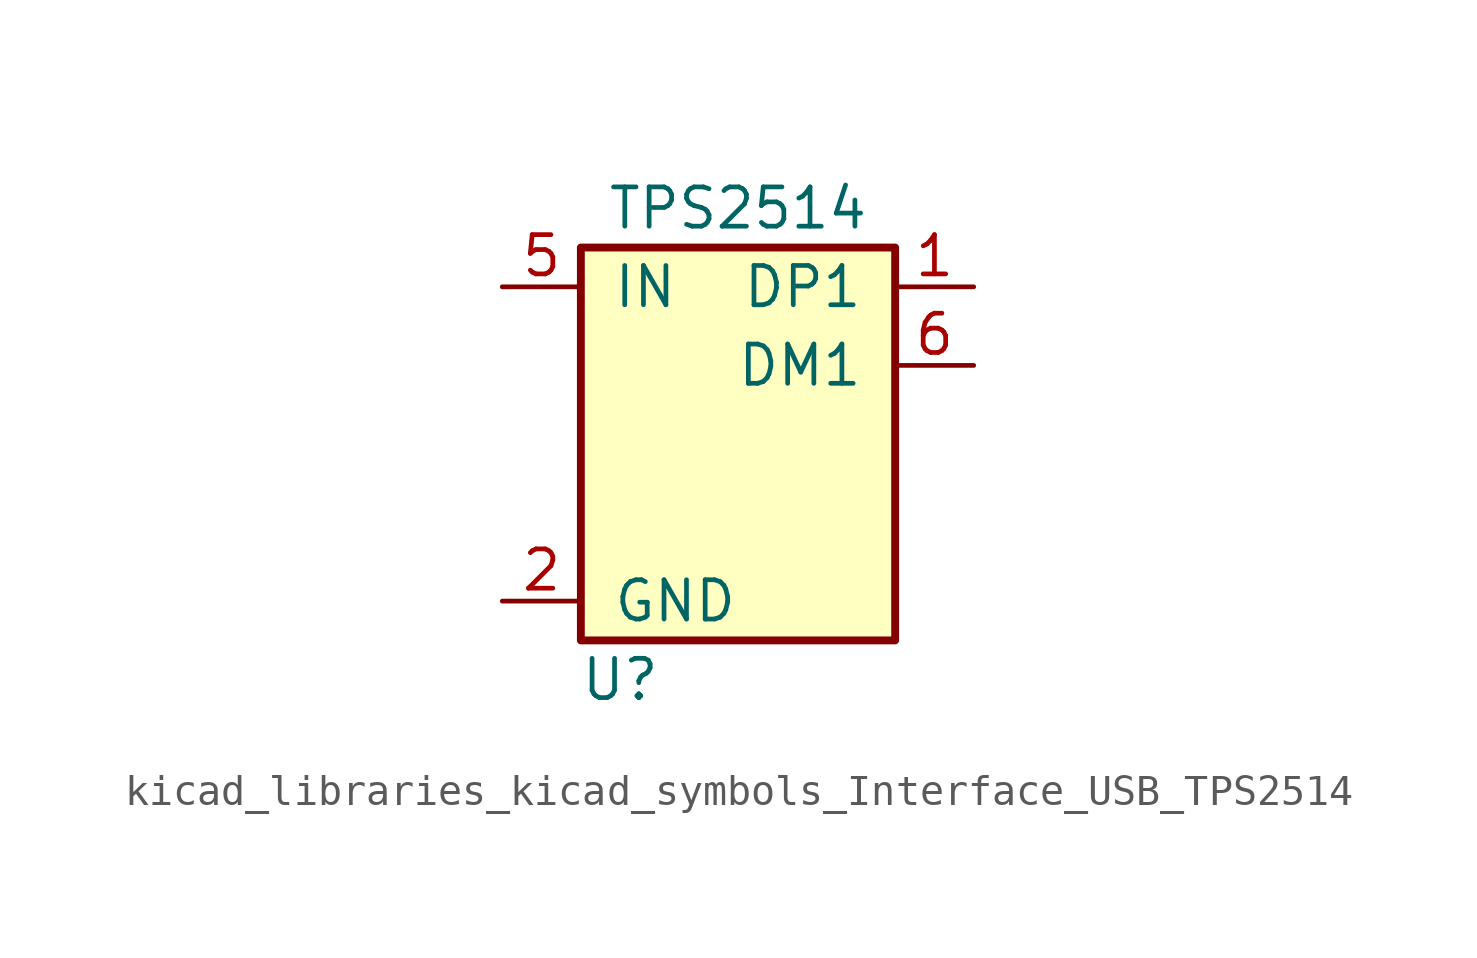
<source format=kicad_sym>
(kicad_symbol_lib
  (version 20220914)
  (generator kicad_symbol_editor)
  (symbol "kicad_libraries_kicad_symbols_Interface_USB_TPS2514"
    (pin_names
      (offset 1.016))
    (property "Reference" "U"
      (at -3.81 -7.62 0)
      (effects (font (size 1.27 1.27))))
    (property "Value" "TPS2514"
      (at 0 7.62 0)
      (effects (font (size 1.27 1.27))))
    (symbol "kicad_libraries_kicad_symbols_Interface_USB_TPS2514_0_1"
      (rectangle (start -5.08 6.35) (end 5.08 -6.35) (stroke (width 0.254) (type default)) (fill (type background))))
    (symbol "kicad_libraries_kicad_symbols_Interface_USB_TPS2514_1_1"
      (pin input line (at 7.62 5.08 180) (length 2.54) (name "DP1" (effects (font (size 1.27 1.27)))) (number "1" (effects (font (size 1.27 1.27)))))
      (pin power_in line (at -7.62 -5.08 0) (length 2.54) (name "GND" (effects (font (size 1.27 1.27)))) (number "2" (effects (font (size 1.27 1.27)))))
      (pin no_connect line (at 5.08 -2.54 180) (length 2.54) hide (name "NC" (effects (font (size 1.27 1.27)))) (number "3" (effects (font (size 1.27 1.27)))))
      (pin no_connect line (at 5.08 -5.08 180) (length 2.54) hide (name "NC" (effects (font (size 1.27 1.27)))) (number "4" (effects (font (size 1.27 1.27)))))
      (pin power_in line (at -7.62 5.08 0) (length 2.54) (name "IN" (effects (font (size 1.27 1.27)))) (number "5" (effects (font (size 1.27 1.27)))))
      (pin input line (at 7.62 2.54 180) (length 2.54) (name "DM1" (effects (font (size 1.27 1.27)))) (number "6" (effects (font (size 1.27 1.27))))))))
</source>
